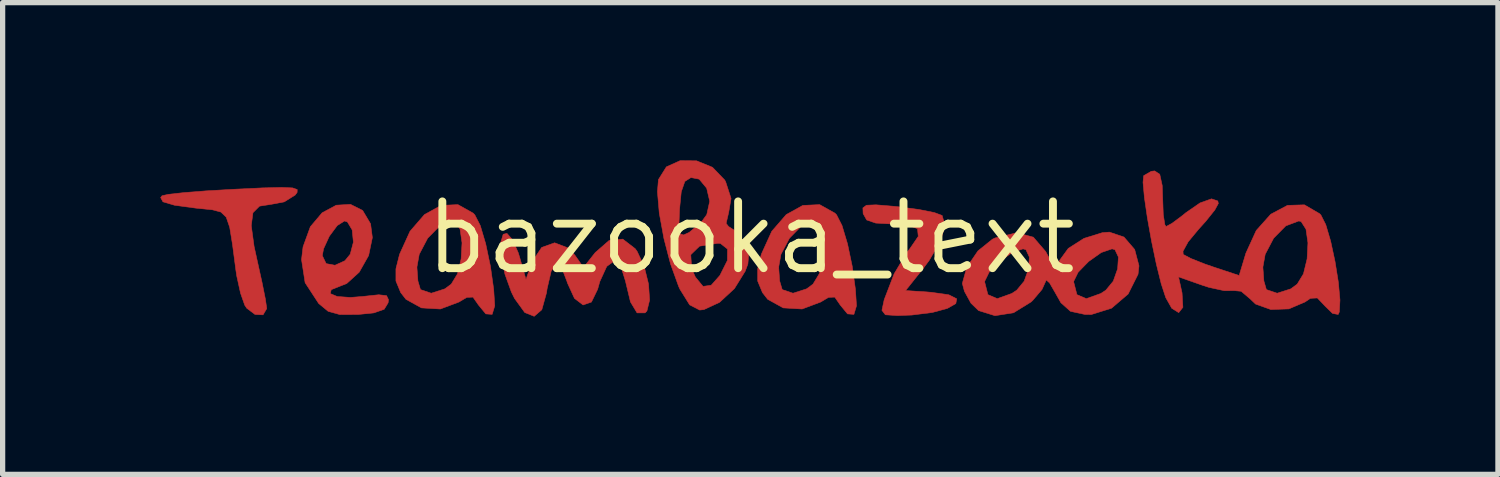
<source format=kicad_pcb>
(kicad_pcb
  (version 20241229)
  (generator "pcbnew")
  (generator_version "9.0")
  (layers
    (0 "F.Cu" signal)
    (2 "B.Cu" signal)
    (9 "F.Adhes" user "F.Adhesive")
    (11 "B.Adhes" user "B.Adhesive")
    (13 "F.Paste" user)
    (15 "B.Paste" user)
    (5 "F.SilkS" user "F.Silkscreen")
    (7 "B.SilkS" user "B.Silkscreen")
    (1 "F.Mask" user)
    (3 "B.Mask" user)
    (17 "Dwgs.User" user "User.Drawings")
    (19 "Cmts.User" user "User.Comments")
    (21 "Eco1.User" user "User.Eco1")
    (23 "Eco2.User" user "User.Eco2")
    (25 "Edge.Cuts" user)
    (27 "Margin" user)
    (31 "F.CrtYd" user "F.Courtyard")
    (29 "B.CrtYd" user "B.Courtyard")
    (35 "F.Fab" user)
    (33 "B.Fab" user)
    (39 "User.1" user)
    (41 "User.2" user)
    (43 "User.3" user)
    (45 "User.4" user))
  (footprint "bazooka_text"
    (layer "F.Cu")
    (at 11.228 1.47)
    (property "Reference" "bazooka_text" (at 0 0 0) (layer "F.SilkS") (effects (font (size 1.27 1.27) (thickness 0.15))))
    (attr through_hole)
    (fp_poly (pts (xy 2.719 -0.597) (xy 2.821 -0.586) (xy 3.198 -0.536) (xy 3.492 -0.477) (xy 3.638 -0.422) (xy 3.638 -0.422) (xy 3.692 -0.232) (xy 3.606 0.064) (xy 3.393 0.43) (xy 3.273 0.591) (xy 2.943 1.005) (xy 3.429 1.038) (xy 3.765 1.086) (xy 3.915 1.162) (xy 3.898 1.253) (xy 3.737 1.345) (xy 3.451 1.422) (xy 3.061 1.471) (xy 2.786 1.481) (xy 2.558 1.466) (xy 2.493 1.381) (xy 2.536 1.179) (xy 2.725 0.687) (xy 2.971 0.274) (xy 3.022 0.212) (xy 3.184 -0.025) (xy 3.169 -0.172) (xy 2.967 -0.245) (xy 2.701 -0.26) (xy 2.374 -0.278) (xy 2.203 -0.337) (xy 2.136 -0.457) (xy 2.135 -0.463) (xy 2.131 -0.566) (xy 2.198 -0.617) (xy 2.38 -0.625) (xy 2.719 -0.597)) (stroke (width 0.01) (type solid)) (fill yes) (layer "F.Cu"))
    (fp_poly (pts (xy -8.715 -0.947) (xy -8.626 -0.916) (xy -8.628 -0.861) (xy -8.665 -0.811) (xy -8.873 -0.681) (xy -9.118 -0.635) (xy -9.343 -0.6) (xy -9.468 -0.475) (xy -9.5 -0.229) (xy -9.446 0.167) (xy -9.381 0.463) (xy -9.295 0.851) (xy -9.232 1.165) (xy -9.206 1.343) (xy -9.206 1.349) (xy -9.276 1.467) (xy -9.428 1.46) (xy -9.586 1.341) (xy -9.624 1.283) (xy -9.704 1.055) (xy -9.776 0.728) (xy -9.792 0.622) (xy -9.857 0.127) (xy -9.91 -0.198) (xy -9.976 -0.39) (xy -10.078 -0.488) (xy -10.242 -0.531) (xy -10.491 -0.556) (xy -10.544 -0.561) (xy -10.958 -0.617) (xy -11.179 -0.682) (xy -11.223 -0.762) (xy -11.196 -0.798) (xy -11.074 -0.825) (xy -10.783 -0.857) (xy -10.366 -0.89) (xy -9.866 -0.919) (xy -9.829 -0.921) (xy -9.287 -0.947) (xy -8.925 -0.956) (xy -8.715 -0.947)) (stroke (width 0.01) (type solid)) (fill yes) (layer "F.Cu"))
    (fp_poly (pts (xy -5.279 -0.466) (xy -5.249 -0.434) (xy -5.145 -0.231) (xy -5.042 0.116) (xy -4.952 0.543) (xy -4.89 0.982) (xy -4.87 1.296) (xy -4.919 1.458) (xy -5.04 1.449) (xy -5.184 1.274) (xy -5.186 1.27) (xy -5.284 1.13) (xy -5.402 1.135) (xy -5.552 1.224) (xy -5.904 1.356) (xy -6.263 1.335) (xy -6.558 1.172) (xy -6.658 1.044) (xy -6.749 0.824) (xy -6.749 0.594) (xy -6.741 0.56) (xy -6.35 0.56) (xy -6.331 0.823) (xy -6.284 0.982) (xy -6.279 0.988) (xy -6.077 1.056) (xy -5.819 0.973) (xy -5.697 0.883) (xy -5.578 0.687) (xy -5.509 0.403) (xy -5.492 0.098) (xy -5.529 -0.161) (xy -5.622 -0.306) (xy -5.667 -0.318) (xy -5.914 -0.225) (xy -6.145 0.009) (xy -6.306 0.316) (xy -6.35 0.56) (xy -6.741 0.56) (xy -6.68 0.316) (xy -6.481 -0.122) (xy -6.207 -0.439) (xy -5.891 -0.614) (xy -5.57 -0.629) (xy -5.279 -0.466)) (stroke (width 0.01) (type solid)) (fill yes) (layer "F.Cu"))
    (fp_poly (pts (xy 1.6 -0.466) (xy 1.631 -0.434) (xy 1.734 -0.231) (xy 1.838 0.116) (xy 1.928 0.543) (xy 1.989 0.982) (xy 2.009 1.296) (xy 1.96 1.458) (xy 1.839 1.449) (xy 1.695 1.274) (xy 1.693 1.27) (xy 1.596 1.13) (xy 1.477 1.135) (xy 1.327 1.224) (xy 0.975 1.356) (xy 0.616 1.335) (xy 0.321 1.172) (xy 0.221 1.044) (xy 0.13 0.824) (xy 0.13 0.594) (xy 0.138 0.56) (xy 0.529 0.56) (xy 0.548 0.823) (xy 0.595 0.982) (xy 0.6 0.988) (xy 0.802 1.056) (xy 1.06 0.973) (xy 1.182 0.883) (xy 1.301 0.687) (xy 1.37 0.403) (xy 1.387 0.098) (xy 1.35 -0.161) (xy 1.257 -0.306) (xy 1.212 -0.318) (xy 0.965 -0.225) (xy 0.735 0.009) (xy 0.573 0.316) (xy 0.529 0.56) (xy 0.138 0.56) (xy 0.199 0.316) (xy 0.398 -0.122) (xy 0.673 -0.439) (xy 0.988 -0.614) (xy 1.309 -0.629) (xy 1.6 -0.466)) (stroke (width 0.01) (type solid)) (fill yes) (layer "F.Cu"))
    (fp_poly (pts (xy -7.382 -0.518) (xy -7.231 -0.264) (xy -7.197 -0.002) (xy -7.268 0.339) (xy -7.447 0.656) (xy -7.684 0.871) (xy -7.78 0.909) (xy -7.979 0.988) (xy -7.997 1.063) (xy -7.866 1.118) (xy -7.616 1.136) (xy -7.386 1.118) (xy -7.076 1.085) (xy -6.927 1.102) (xy -6.89 1.18) (xy -6.898 1.239) (xy -6.972 1.361) (xy -7.168 1.43) (xy -7.466 1.46) (xy -7.815 1.462) (xy -8.038 1.4) (xy -8.216 1.253) (xy -8.22 1.248) (xy -8.476 0.856) (xy -8.544 0.416) (xy -8.535 0.341) (xy -8.149 0.341) (xy -8.076 0.493) (xy -7.908 0.524) (xy -7.719 0.438) (xy -7.618 0.314) (xy -7.558 0.085) (xy -7.581 -0.148) (xy -7.671 -0.299) (xy -7.727 -0.318) (xy -7.865 -0.231) (xy -8.016 -0.027) (xy -8.125 0.211) (xy -8.149 0.341) (xy -8.535 0.341) (xy -8.515 0.173) (xy -8.376 -0.209) (xy -8.152 -0.474) (xy -7.884 -0.618) (xy -7.613 -0.634) (xy -7.382 -0.518)) (stroke (width 0.01) (type solid)) (fill yes) (layer "F.Cu"))
    (fp_poly (pts (xy -4.533 0.038) (xy -4.423 0.286) (xy -4.395 0.377) (xy -4.276 0.794) (xy -4.154 0.45) (xy -3.977 0.185) (xy -3.731 0.097) (xy -3.473 0.196) (xy -3.343 0.336) (xy -3.182 0.566) (xy -2.959 0.283) (xy -2.694 0.052) (xy -2.435 0.027) (xy -2.2 0.208) (xy -2.162 0.261) (xy -2.028 0.548) (xy -1.946 0.88) (xy -1.925 1.186) (xy -1.976 1.393) (xy -2.011 1.429) (xy -2.164 1.429) (xy -2.289 1.221) (xy -2.385 0.822) (xy -2.475 0.534) (xy -2.601 0.445) (xy -2.74 0.546) (xy -2.872 0.834) (xy -2.913 0.98) (xy -3.031 1.224) (xy -3.19 1.279) (xy -3.354 1.154) (xy -3.489 0.858) (xy -3.496 0.833) (xy -3.6 0.562) (xy -3.703 0.498) (xy -3.797 0.637) (xy -3.875 0.974) (xy -3.885 1.046) (xy -3.975 1.37) (xy -4.12 1.495) (xy -4.299 1.423) (xy -4.494 1.154) (xy -4.554 1.032) (xy -4.676 0.694) (xy -4.745 0.364) (xy -4.757 0.094) (xy -4.709 -0.065) (xy -4.638 -0.082) (xy -4.533 0.038)) (stroke (width 0.01) (type solid)) (fill yes) (layer "F.Cu"))
    (fp_poly (pts (xy -1.032 -1.462) (xy -0.73 -1.339) (xy -0.498 -1.098) (xy -0.479 -1.063) (xy -0.376 -0.746) (xy -0.421 -0.482) (xy -0.47 -0.272) (xy -0.423 -0.212) (xy -0.299 -0.132) (xy -0.149 0.054) (xy -0.038 0.28) (xy -0.056 0.5) (xy -0.108 0.639) (xy -0.312 0.968) (xy -0.596 1.23) (xy -0.892 1.367) (xy -0.973 1.376) (xy -1.163 1.278) (xy -1.349 0.979) (xy -1.373 0.926) (xy -1.526 0.502) (xy -1.573 0.323) (xy -1.142 0.323) (xy -1.125 0.59) (xy -1.055 0.748) (xy -0.909 0.926) (xy -0.754 0.904) (xy -0.588 0.717) (xy -0.446 0.433) (xy -0.444 0.216) (xy -0.577 0.11) (xy -0.626 0.106) (xy -0.975 0.161) (xy -1.142 0.323) (xy -1.573 0.323) (xy -1.653 0.015) (xy -1.697 -0.227) (xy -1.368 -0.227) (xy -1.349 -0.075) (xy -1.279 -0.052) (xy -1.172 -0.101) (xy -0.946 -0.29) (xy -0.838 -0.439) (xy -0.782 -0.693) (xy -0.84 -0.942) (xy -0.982 -1.113) (xy -1.139 -1.144) (xy -1.255 -1.07) (xy -1.323 -0.873) (xy -1.355 -0.548) (xy -1.368 -0.227) (xy -1.697 -0.227) (xy -1.741 -0.466) (xy -1.776 -0.874) (xy -1.757 -1.105) (xy -1.606 -1.347) (xy -1.344 -1.465) (xy -1.032 -1.462)) (stroke (width 0.01) (type solid)) (fill yes) (layer "F.Cu"))
    (fp_poly (pts (xy 7.096 -0.012) (xy 7.299 0.224) (xy 7.381 0.535) (xy 7.363 0.696) (xy 7.175 1.071) (xy 6.859 1.341) (xy 6.475 1.461) (xy 6.355 1.46) (xy 6.078 1.4) (xy 5.896 1.237) (xy 5.795 1.058) (xy 5.681 0.86) (xy 5.654 0.836) (xy 6.138 0.836) (xy 6.201 1.083) (xy 6.379 1.159) (xy 6.655 1.061) (xy 6.75 0.999) (xy 6.892 0.827) (xy 6.975 0.592) (xy 6.99 0.368) (xy 6.924 0.228) (xy 6.869 0.212) (xy 6.664 0.282) (xy 6.424 0.452) (xy 6.224 0.657) (xy 6.138 0.833) (xy 6.138 0.836) (xy 5.654 0.836) (xy 5.615 0.803) (xy 5.609 0.825) (xy 5.537 0.984) (xy 5.361 1.192) (xy 5.329 1.222) (xy 4.995 1.428) (xy 4.642 1.483) (xy 4.331 1.386) (xy 4.186 1.246) (xy 4.062 1.02) (xy 4.022 0.871) (xy 4.031 0.836) (xy 4.445 0.836) (xy 4.508 1.083) (xy 4.686 1.159) (xy 4.961 1.061) (xy 5.056 0.999) (xy 5.198 0.827) (xy 5.282 0.592) (xy 5.296 0.368) (xy 5.231 0.228) (xy 5.176 0.212) (xy 4.971 0.282) (xy 4.731 0.452) (xy 4.531 0.657) (xy 4.445 0.833) (xy 4.445 0.836) (xy 4.031 0.836) (xy 4.107 0.562) (xy 4.319 0.251) (xy 4.594 0.029) (xy 4.642 0.006) (xy 5.054 -0.095) (xy 5.372 -0.01) (xy 5.608 0.265) (xy 5.626 0.299) (xy 5.744 0.516) (xy 5.811 0.56) (xy 5.865 0.449) (xy 5.872 0.43) (xy 6.037 0.203) (xy 6.335 0.013) (xy 6.686 -0.096) (xy 6.819 -0.106) (xy 7.096 -0.012)) (stroke (width 0.01) (type solid)) (fill yes) (layer "F.Cu"))
    (fp_poly (pts (xy 7.776 -1.206) (xy 7.823 -0.992) (xy 7.832 -0.741) (xy 7.843 -0.439) (xy 7.873 -0.247) (xy 7.896 -0.212) (xy 8.01 -0.274) (xy 8.215 -0.427) (xy 8.274 -0.476) (xy 8.542 -0.661) (xy 8.76 -0.739) (xy 8.88 -0.698) (xy 8.89 -0.65) (xy 8.823 -0.527) (xy 8.651 -0.312) (xy 8.513 -0.159) (xy 8.316 0.079) (xy 8.218 0.258) (xy 8.222 0.318) (xy 8.367 0.395) (xy 8.637 0.502) (xy 8.797 0.557) (xy 9.286 0.719) (xy 9.334 0.56) (xy 9.737 0.56) (xy 9.756 0.823) (xy 9.802 0.982) (xy 9.807 0.988) (xy 10.009 1.056) (xy 10.268 0.973) (xy 10.39 0.883) (xy 10.509 0.687) (xy 10.578 0.403) (xy 10.594 0.098) (xy 10.557 -0.161) (xy 10.465 -0.306) (xy 10.42 -0.318) (xy 10.173 -0.225) (xy 9.942 0.009) (xy 9.781 0.316) (xy 9.737 0.56) (xy 9.334 0.56) (xy 9.414 0.294) (xy 9.611 -0.137) (xy 9.887 -0.446) (xy 10.205 -0.615) (xy 10.527 -0.625) (xy 10.817 -0.456) (xy 10.84 -0.432) (xy 10.933 -0.248) (xy 11.026 0.067) (xy 11.109 0.452) (xy 11.172 0.845) (xy 11.203 1.185) (xy 11.191 1.411) (xy 11.169 1.46) (xy 11.062 1.44) (xy 10.92 1.301) (xy 10.773 1.146) (xy 10.641 1.153) (xy 10.537 1.223) (xy 10.231 1.354) (xy 9.889 1.366) (xy 9.598 1.262) (xy 9.493 1.162) (xy 9.324 1.019) (xy 9.191 1.006) (xy 9.004 1.008) (xy 8.713 0.945) (xy 8.586 0.904) (xy 8.133 0.745) (xy 8.2 1.05) (xy 8.216 1.324) (xy 8.137 1.425) (xy 8.004 1.342) (xy 7.89 1.139) (xy 7.804 0.877) (xy 7.711 0.501) (xy 7.62 0.066) (xy 7.541 -0.374) (xy 7.484 -0.765) (xy 7.458 -1.053) (xy 7.47 -1.179) (xy 7.614 -1.262) (xy 7.679 -1.27) (xy 7.776 -1.206)) (stroke (width 0.01) (type solid)) (fill yes) (layer "F.Cu"))
    (fp_poly (pts (xy 2.719 -0.597) (xy 2.821 -0.586) (xy 3.198 -0.536) (xy 3.492 -0.477) (xy 3.638 -0.422) (xy 3.638 -0.422) (xy 3.692 -0.232) (xy 3.606 0.064) (xy 3.393 0.43) (xy 3.273 0.591) (xy 2.943 1.005) (xy 3.429 1.038) (xy 3.765 1.086) (xy 3.915 1.162) (xy 3.898 1.253) (xy 3.737 1.345) (xy 3.451 1.422) (xy 3.061 1.471) (xy 2.786 1.481) (xy 2.558 1.466) (xy 2.493 1.381) (xy 2.536 1.179) (xy 2.725 0.687) (xy 2.971 0.274) (xy 3.022 0.212) (xy 3.184 -0.025) (xy 3.169 -0.172) (xy 2.967 -0.245) (xy 2.701 -0.26) (xy 2.374 -0.278) (xy 2.203 -0.337) (xy 2.136 -0.457) (xy 2.135 -0.463) (xy 2.131 -0.566) (xy 2.198 -0.617) (xy 2.38 -0.625) (xy 2.719 -0.597)) (stroke (width 0.01) (type solid)) (fill yes) (layer "F.Mask"))
    (fp_poly (pts (xy -8.715 -0.947) (xy -8.626 -0.916) (xy -8.628 -0.861) (xy -8.665 -0.811) (xy -8.873 -0.681) (xy -9.118 -0.635) (xy -9.343 -0.6) (xy -9.468 -0.475) (xy -9.5 -0.229) (xy -9.446 0.167) (xy -9.381 0.463) (xy -9.295 0.851) (xy -9.232 1.165) (xy -9.206 1.343) (xy -9.206 1.349) (xy -9.276 1.467) (xy -9.428 1.46) (xy -9.586 1.341) (xy -9.624 1.283) (xy -9.704 1.055) (xy -9.776 0.728) (xy -9.792 0.622) (xy -9.857 0.127) (xy -9.91 -0.198) (xy -9.976 -0.39) (xy -10.078 -0.488) (xy -10.242 -0.531) (xy -10.491 -0.556) (xy -10.544 -0.561) (xy -10.958 -0.617) (xy -11.179 -0.682) (xy -11.223 -0.762) (xy -11.196 -0.798) (xy -11.074 -0.825) (xy -10.783 -0.857) (xy -10.366 -0.89) (xy -9.866 -0.919) (xy -9.829 -0.921) (xy -9.287 -0.947) (xy -8.925 -0.956) (xy -8.715 -0.947)) (stroke (width 0.01) (type solid)) (fill yes) (layer "F.Mask"))
    (fp_poly (pts (xy -5.279 -0.466) (xy -5.249 -0.434) (xy -5.145 -0.231) (xy -5.042 0.116) (xy -4.952 0.543) (xy -4.89 0.982) (xy -4.87 1.296) (xy -4.919 1.458) (xy -5.04 1.449) (xy -5.184 1.274) (xy -5.186 1.27) (xy -5.284 1.13) (xy -5.402 1.135) (xy -5.552 1.224) (xy -5.904 1.356) (xy -6.263 1.335) (xy -6.558 1.172) (xy -6.658 1.044) (xy -6.749 0.824) (xy -6.749 0.594) (xy -6.741 0.56) (xy -6.35 0.56) (xy -6.331 0.823) (xy -6.284 0.982) (xy -6.279 0.988) (xy -6.077 1.056) (xy -5.819 0.973) (xy -5.697 0.883) (xy -5.578 0.687) (xy -5.509 0.403) (xy -5.492 0.098) (xy -5.529 -0.161) (xy -5.622 -0.306) (xy -5.667 -0.318) (xy -5.914 -0.225) (xy -6.145 0.009) (xy -6.306 0.316) (xy -6.35 0.56) (xy -6.741 0.56) (xy -6.68 0.316) (xy -6.481 -0.122) (xy -6.207 -0.439) (xy -5.891 -0.614) (xy -5.57 -0.629) (xy -5.279 -0.466)) (stroke (width 0.01) (type solid)) (fill yes) (layer "F.Mask"))
    (fp_poly (pts (xy 1.6 -0.466) (xy 1.631 -0.434) (xy 1.734 -0.231) (xy 1.838 0.116) (xy 1.928 0.543) (xy 1.989 0.982) (xy 2.009 1.296) (xy 1.96 1.458) (xy 1.839 1.449) (xy 1.695 1.274) (xy 1.693 1.27) (xy 1.596 1.13) (xy 1.477 1.135) (xy 1.327 1.224) (xy 0.975 1.356) (xy 0.616 1.335) (xy 0.321 1.172) (xy 0.221 1.044) (xy 0.13 0.824) (xy 0.13 0.594) (xy 0.138 0.56) (xy 0.529 0.56) (xy 0.548 0.823) (xy 0.595 0.982) (xy 0.6 0.988) (xy 0.802 1.056) (xy 1.06 0.973) (xy 1.182 0.883) (xy 1.301 0.687) (xy 1.37 0.403) (xy 1.387 0.098) (xy 1.35 -0.161) (xy 1.257 -0.306) (xy 1.212 -0.318) (xy 0.965 -0.225) (xy 0.735 0.009) (xy 0.573 0.316) (xy 0.529 0.56) (xy 0.138 0.56) (xy 0.199 0.316) (xy 0.398 -0.122) (xy 0.673 -0.439) (xy 0.988 -0.614) (xy 1.309 -0.629) (xy 1.6 -0.466)) (stroke (width 0.01) (type solid)) (fill yes) (layer "F.Mask"))
    (fp_poly (pts (xy -7.382 -0.518) (xy -7.231 -0.264) (xy -7.197 -0.002) (xy -7.268 0.339) (xy -7.447 0.656) (xy -7.684 0.871) (xy -7.78 0.909) (xy -7.979 0.988) (xy -7.997 1.063) (xy -7.866 1.118) (xy -7.616 1.136) (xy -7.386 1.118) (xy -7.076 1.085) (xy -6.927 1.102) (xy -6.89 1.18) (xy -6.898 1.239) (xy -6.972 1.361) (xy -7.168 1.43) (xy -7.466 1.46) (xy -7.815 1.462) (xy -8.038 1.4) (xy -8.216 1.253) (xy -8.22 1.248) (xy -8.476 0.856) (xy -8.544 0.416) (xy -8.535 0.341) (xy -8.149 0.341) (xy -8.076 0.493) (xy -7.908 0.524) (xy -7.719 0.438) (xy -7.618 0.314) (xy -7.558 0.085) (xy -7.581 -0.148) (xy -7.671 -0.299) (xy -7.727 -0.318) (xy -7.865 -0.231) (xy -8.016 -0.027) (xy -8.125 0.211) (xy -8.149 0.341) (xy -8.535 0.341) (xy -8.515 0.173) (xy -8.376 -0.209) (xy -8.152 -0.474) (xy -7.884 -0.618) (xy -7.613 -0.634) (xy -7.382 -0.518)) (stroke (width 0.01) (type solid)) (fill yes) (layer "F.Mask"))
    (fp_poly (pts (xy -4.533 0.038) (xy -4.423 0.286) (xy -4.395 0.377) (xy -4.276 0.794) (xy -4.154 0.45) (xy -3.977 0.185) (xy -3.731 0.097) (xy -3.473 0.196) (xy -3.343 0.336) (xy -3.182 0.566) (xy -2.959 0.283) (xy -2.694 0.052) (xy -2.435 0.027) (xy -2.2 0.208) (xy -2.162 0.261) (xy -2.028 0.548) (xy -1.946 0.88) (xy -1.925 1.186) (xy -1.976 1.393) (xy -2.011 1.429) (xy -2.164 1.429) (xy -2.289 1.221) (xy -2.385 0.822) (xy -2.475 0.534) (xy -2.601 0.445) (xy -2.74 0.546) (xy -2.872 0.834) (xy -2.913 0.98) (xy -3.031 1.224) (xy -3.19 1.279) (xy -3.354 1.154) (xy -3.489 0.858) (xy -3.496 0.833) (xy -3.6 0.562) (xy -3.703 0.498) (xy -3.797 0.637) (xy -3.875 0.974) (xy -3.885 1.046) (xy -3.975 1.37) (xy -4.12 1.495) (xy -4.299 1.423) (xy -4.494 1.154) (xy -4.554 1.032) (xy -4.676 0.694) (xy -4.745 0.364) (xy -4.757 0.094) (xy -4.709 -0.065) (xy -4.638 -0.082) (xy -4.533 0.038)) (stroke (width 0.01) (type solid)) (fill yes) (layer "F.Mask"))
    (fp_poly (pts (xy -1.032 -1.462) (xy -0.73 -1.339) (xy -0.498 -1.098) (xy -0.479 -1.063) (xy -0.376 -0.746) (xy -0.421 -0.482) (xy -0.47 -0.272) (xy -0.423 -0.212) (xy -0.299 -0.132) (xy -0.149 0.054) (xy -0.038 0.28) (xy -0.056 0.5) (xy -0.108 0.639) (xy -0.312 0.968) (xy -0.596 1.23) (xy -0.892 1.367) (xy -0.973 1.376) (xy -1.163 1.278) (xy -1.349 0.979) (xy -1.373 0.926) (xy -1.526 0.502) (xy -1.573 0.323) (xy -1.142 0.323) (xy -1.125 0.59) (xy -1.055 0.748) (xy -0.909 0.926) (xy -0.754 0.904) (xy -0.588 0.717) (xy -0.446 0.433) (xy -0.444 0.216) (xy -0.577 0.11) (xy -0.626 0.106) (xy -0.975 0.161) (xy -1.142 0.323) (xy -1.573 0.323) (xy -1.653 0.015) (xy -1.697 -0.227) (xy -1.368 -0.227) (xy -1.349 -0.075) (xy -1.279 -0.052) (xy -1.172 -0.101) (xy -0.946 -0.29) (xy -0.838 -0.439) (xy -0.782 -0.693) (xy -0.84 -0.942) (xy -0.982 -1.113) (xy -1.139 -1.144) (xy -1.255 -1.07) (xy -1.323 -0.873) (xy -1.355 -0.548) (xy -1.368 -0.227) (xy -1.697 -0.227) (xy -1.741 -0.466) (xy -1.776 -0.874) (xy -1.757 -1.105) (xy -1.606 -1.347) (xy -1.344 -1.465) (xy -1.032 -1.462)) (stroke (width 0.01) (type solid)) (fill yes) (layer "F.Mask"))
    (fp_poly (pts (xy 7.096 -0.012) (xy 7.299 0.224) (xy 7.381 0.535) (xy 7.363 0.696) (xy 7.175 1.071) (xy 6.859 1.341) (xy 6.475 1.461) (xy 6.355 1.46) (xy 6.078 1.4) (xy 5.896 1.237) (xy 5.795 1.058) (xy 5.681 0.86) (xy 5.654 0.836) (xy 6.138 0.836) (xy 6.201 1.083) (xy 6.379 1.159) (xy 6.655 1.061) (xy 6.75 0.999) (xy 6.892 0.827) (xy 6.975 0.592) (xy 6.99 0.368) (xy 6.924 0.228) (xy 6.869 0.212) (xy 6.664 0.282) (xy 6.424 0.452) (xy 6.224 0.657) (xy 6.138 0.833) (xy 6.138 0.836) (xy 5.654 0.836) (xy 5.615 0.803) (xy 5.609 0.825) (xy 5.537 0.984) (xy 5.361 1.192) (xy 5.329 1.222) (xy 4.995 1.428) (xy 4.642 1.483) (xy 4.331 1.386) (xy 4.186 1.246) (xy 4.062 1.02) (xy 4.022 0.871) (xy 4.031 0.836) (xy 4.445 0.836) (xy 4.508 1.083) (xy 4.686 1.159) (xy 4.961 1.061) (xy 5.056 0.999) (xy 5.198 0.827) (xy 5.282 0.592) (xy 5.296 0.368) (xy 5.231 0.228) (xy 5.176 0.212) (xy 4.971 0.282) (xy 4.731 0.452) (xy 4.531 0.657) (xy 4.445 0.833) (xy 4.445 0.836) (xy 4.031 0.836) (xy 4.107 0.562) (xy 4.319 0.251) (xy 4.594 0.029) (xy 4.642 0.006) (xy 5.054 -0.095) (xy 5.372 -0.01) (xy 5.608 0.265) (xy 5.626 0.299) (xy 5.744 0.516) (xy 5.811 0.56) (xy 5.865 0.449) (xy 5.872 0.43) (xy 6.037 0.203) (xy 6.335 0.013) (xy 6.686 -0.096) (xy 6.819 -0.106) (xy 7.096 -0.012)) (stroke (width 0.01) (type solid)) (fill yes) (layer "F.Mask"))
    (fp_poly (pts (xy 7.776 -1.206) (xy 7.823 -0.992) (xy 7.832 -0.741) (xy 7.843 -0.439) (xy 7.873 -0.247) (xy 7.896 -0.212) (xy 8.01 -0.274) (xy 8.215 -0.427) (xy 8.274 -0.476) (xy 8.542 -0.661) (xy 8.76 -0.739) (xy 8.88 -0.698) (xy 8.89 -0.65) (xy 8.823 -0.527) (xy 8.651 -0.312) (xy 8.513 -0.159) (xy 8.316 0.079) (xy 8.218 0.258) (xy 8.222 0.318) (xy 8.367 0.395) (xy 8.637 0.502) (xy 8.797 0.557) (xy 9.286 0.719) (xy 9.334 0.56) (xy 9.737 0.56) (xy 9.756 0.823) (xy 9.802 0.982) (xy 9.807 0.988) (xy 10.009 1.056) (xy 10.268 0.973) (xy 10.39 0.883) (xy 10.509 0.687) (xy 10.578 0.403) (xy 10.594 0.098) (xy 10.557 -0.161) (xy 10.465 -0.306) (xy 10.42 -0.318) (xy 10.173 -0.225) (xy 9.942 0.009) (xy 9.781 0.316) (xy 9.737 0.56) (xy 9.334 0.56) (xy 9.414 0.294) (xy 9.611 -0.137) (xy 9.887 -0.446) (xy 10.205 -0.615) (xy 10.527 -0.625) (xy 10.817 -0.456) (xy 10.84 -0.432) (xy 10.933 -0.248) (xy 11.026 0.067) (xy 11.109 0.452) (xy 11.172 0.845) (xy 11.203 1.185) (xy 11.191 1.411) (xy 11.169 1.46) (xy 11.062 1.44) (xy 10.92 1.301) (xy 10.773 1.146) (xy 10.641 1.153) (xy 10.537 1.223) (xy 10.231 1.354) (xy 9.889 1.366) (xy 9.598 1.262) (xy 9.493 1.162) (xy 9.324 1.019) (xy 9.191 1.006) (xy 9.004 1.008) (xy 8.713 0.945) (xy 8.586 0.904) (xy 8.133 0.745) (xy 8.2 1.05) (xy 8.216 1.324) (xy 8.137 1.425) (xy 8.004 1.342) (xy 7.89 1.139) (xy 7.804 0.877) (xy 7.711 0.501) (xy 7.62 0.066) (xy 7.541 -0.374) (xy 7.484 -0.765) (xy 7.458 -1.053) (xy 7.47 -1.179) (xy 7.614 -1.262) (xy 7.679 -1.27) (xy 7.776 -1.206)) (stroke (width 0.01) (type solid)) (fill yes) (layer "F.Mask")))
  (gr_rect
    (start -3 -3)
    (end 25.435 5.971)
    (stroke (width 0.1) (type default))
    (fill no)
    (layer "Edge.Cuts")))
</source>
